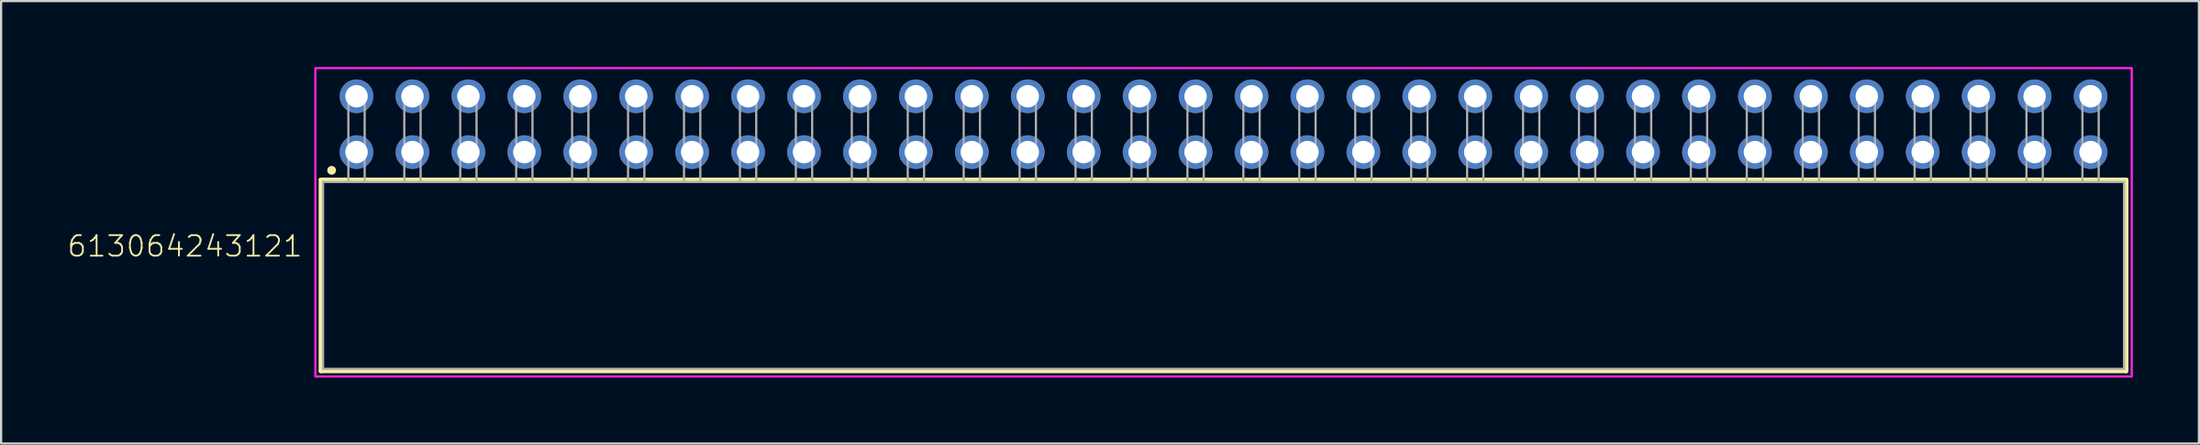
<source format=kicad_pcb>
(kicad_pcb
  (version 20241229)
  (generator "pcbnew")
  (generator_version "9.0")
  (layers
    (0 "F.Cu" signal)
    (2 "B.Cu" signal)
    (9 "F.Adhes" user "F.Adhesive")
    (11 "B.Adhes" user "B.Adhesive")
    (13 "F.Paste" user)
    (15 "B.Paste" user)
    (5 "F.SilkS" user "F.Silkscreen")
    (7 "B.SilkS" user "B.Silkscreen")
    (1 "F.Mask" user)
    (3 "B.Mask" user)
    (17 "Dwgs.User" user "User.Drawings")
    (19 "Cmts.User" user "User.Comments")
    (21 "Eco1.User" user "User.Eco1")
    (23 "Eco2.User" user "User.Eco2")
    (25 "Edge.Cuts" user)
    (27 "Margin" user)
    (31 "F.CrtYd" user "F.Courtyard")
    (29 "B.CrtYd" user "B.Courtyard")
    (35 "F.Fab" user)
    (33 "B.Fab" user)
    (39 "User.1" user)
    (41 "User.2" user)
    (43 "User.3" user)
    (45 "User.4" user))
  (footprint "613064243121"
    (layer "F.Cu")
    (at 52.509 9.48)
    (property "Reference" "613064243121" (at -41.77 -0.78 0) (unlocked yes) (layer "F.SilkS") (effects (font (size 0.935 0.935) (thickness 0.081)) (justify right bottom)))
    (fp_line (start -40.99 -4.35) (end 40.99 -4.35) (stroke (width 0.2) (type solid)) (layer "F.SilkS"))
    (fp_line (start -40.99 4.35) (end -40.99 -4.35) (stroke (width 0.2) (type solid)) (layer "F.SilkS"))
    (fp_line (start 40.99 -4.35) (end 40.99 4.35) (stroke (width 0.2) (type solid)) (layer "F.SilkS"))
    (fp_line (start 40.99 4.35) (end -40.99 4.35) (stroke (width 0.2) (type solid)) (layer "F.SilkS"))
    (fp_circle (center -40.5 -4.78) (end -40.4 -4.78) (stroke (width 0.2) (type solid)) (fill no) (layer "F.SilkS"))
    (fp_poly (pts (xy 41.24 4.6) (xy -41.24 4.6) (xy -41.24 -9.43) (xy 41.24 -9.43)) (stroke (width 0.1) (type default)) (fill no) (layer "F.CrtYd"))
    (fp_line (start -40.89 -4.25) (end -40.89 4.25) (stroke (width 0.1) (type solid)) (layer "F.Fab"))
    (fp_line (start -39.74 -8.35) (end -39 -8.35) (stroke (width 0.1) (type solid)) (layer "F.Fab"))
    (fp_line (start -39.74 -4.25) (end -40.89 -4.25) (stroke (width 0.1) (type solid)) (layer "F.Fab"))
    (fp_line (start -39.74 -4.25) (end -39.74 -8.35) (stroke (width 0.1) (type solid)) (layer "F.Fab"))
    (fp_line (start -39 -8.35) (end -39 -4.25) (stroke (width 0.1) (type solid)) (layer "F.Fab"))
    (fp_line (start -39 -4.25) (end -39.74 -4.25) (stroke (width 0.1) (type solid)) (layer "F.Fab"))
    (fp_line (start -37.2 -8.35) (end -36.46 -8.35) (stroke (width 0.1) (type solid)) (layer "F.Fab"))
    (fp_line (start -37.2 -4.25) (end -37.2 -8.35) (stroke (width 0.1) (type solid)) (layer "F.Fab"))
    (fp_line (start -36.46 -8.35) (end -36.46 -4.25) (stroke (width 0.1) (type solid)) (layer "F.Fab"))
    (fp_line (start -34.66 -8.35) (end -33.92 -8.35) (stroke (width 0.1) (type solid)) (layer "F.Fab"))
    (fp_line (start -34.66 -4.25) (end -34.66 -8.35) (stroke (width 0.1) (type solid)) (layer "F.Fab"))
    (fp_line (start -33.92 -8.35) (end -33.92 -4.25) (stroke (width 0.1) (type solid)) (layer "F.Fab"))
    (fp_line (start -32.12 -8.35) (end -31.38 -8.35) (stroke (width 0.1) (type solid)) (layer "F.Fab"))
    (fp_line (start -32.12 -4.25) (end -32.12 -8.35) (stroke (width 0.1) (type solid)) (layer "F.Fab"))
    (fp_line (start -31.38 -8.35) (end -31.38 -4.25) (stroke (width 0.1) (type solid)) (layer "F.Fab"))
    (fp_line (start -29.58 -8.35) (end -28.84 -8.35) (stroke (width 0.1) (type solid)) (layer "F.Fab"))
    (fp_line (start -29.58 -4.25) (end -29.58 -8.35) (stroke (width 0.1) (type solid)) (layer "F.Fab"))
    (fp_line (start -28.84 -8.35) (end -28.84 -4.25) (stroke (width 0.1) (type solid)) (layer "F.Fab"))
    (fp_line (start -27.04 -8.35) (end -26.3 -8.35) (stroke (width 0.1) (type solid)) (layer "F.Fab"))
    (fp_line (start -27.04 -4.25) (end -27.04 -8.35) (stroke (width 0.1) (type solid)) (layer "F.Fab"))
    (fp_line (start -26.3 -8.35) (end -26.3 -4.25) (stroke (width 0.1) (type solid)) (layer "F.Fab"))
    (fp_line (start -24.5 -8.35) (end -23.76 -8.35) (stroke (width 0.1) (type solid)) (layer "F.Fab"))
    (fp_line (start -24.5 -4.25) (end -24.5 -8.35) (stroke (width 0.1) (type solid)) (layer "F.Fab"))
    (fp_line (start -23.76 -8.35) (end -23.76 -4.25) (stroke (width 0.1) (type solid)) (layer "F.Fab"))
    (fp_line (start -21.96 -8.35) (end -21.22 -8.35) (stroke (width 0.1) (type solid)) (layer "F.Fab"))
    (fp_line (start -21.96 -4.25) (end -21.96 -8.35) (stroke (width 0.1) (type solid)) (layer "F.Fab"))
    (fp_line (start -21.22 -8.35) (end -21.22 -4.25) (stroke (width 0.1) (type solid)) (layer "F.Fab"))
    (fp_line (start -19.42 -8.35) (end -18.68 -8.35) (stroke (width 0.1) (type solid)) (layer "F.Fab"))
    (fp_line (start -19.42 -4.25) (end -19.42 -8.35) (stroke (width 0.1) (type solid)) (layer "F.Fab"))
    (fp_line (start -18.68 -8.35) (end -18.68 -4.25) (stroke (width 0.1) (type solid)) (layer "F.Fab"))
    (fp_line (start -16.88 -8.35) (end -16.14 -8.35) (stroke (width 0.1) (type solid)) (layer "F.Fab"))
    (fp_line (start -16.88 -4.25) (end -16.88 -8.35) (stroke (width 0.1) (type solid)) (layer "F.Fab"))
    (fp_line (start -16.14 -8.35) (end -16.14 -4.25) (stroke (width 0.1) (type solid)) (layer "F.Fab"))
    (fp_line (start -14.34 -8.35) (end -13.6 -8.35) (stroke (width 0.1) (type solid)) (layer "F.Fab"))
    (fp_line (start -14.34 -4.25) (end -14.34 -8.35) (stroke (width 0.1) (type solid)) (layer "F.Fab"))
    (fp_line (start -13.6 -8.35) (end -13.6 -4.25) (stroke (width 0.1) (type solid)) (layer "F.Fab"))
    (fp_line (start -11.8 -8.35) (end -11.06 -8.35) (stroke (width 0.1) (type solid)) (layer "F.Fab"))
    (fp_line (start -11.8 -4.25) (end -11.8 -8.35) (stroke (width 0.1) (type solid)) (layer "F.Fab"))
    (fp_line (start -11.06 -8.35) (end -11.06 -4.25) (stroke (width 0.1) (type solid)) (layer "F.Fab"))
    (fp_line (start -9.26 -8.35) (end -8.52 -8.35) (stroke (width 0.1) (type solid)) (layer "F.Fab"))
    (fp_line (start -9.26 -4.25) (end -9.26 -8.35) (stroke (width 0.1) (type solid)) (layer "F.Fab"))
    (fp_line (start -8.52 -8.35) (end -8.52 -4.25) (stroke (width 0.1) (type solid)) (layer "F.Fab"))
    (fp_line (start -6.72 -8.35) (end -5.98 -8.35) (stroke (width 0.1) (type solid)) (layer "F.Fab"))
    (fp_line (start -6.72 -4.25) (end -6.72 -8.35) (stroke (width 0.1) (type solid)) (layer "F.Fab"))
    (fp_line (start -5.98 -8.35) (end -5.98 -4.25) (stroke (width 0.1) (type solid)) (layer "F.Fab"))
    (fp_line (start -4.18 -8.35) (end -3.44 -8.35) (stroke (width 0.1) (type solid)) (layer "F.Fab"))
    (fp_line (start -4.18 -4.25) (end -4.18 -8.35) (stroke (width 0.1) (type solid)) (layer "F.Fab"))
    (fp_line (start -3.44 -8.35) (end -3.44 -4.25) (stroke (width 0.1) (type solid)) (layer "F.Fab"))
    (fp_line (start -1.64 -8.35) (end -0.9 -8.35) (stroke (width 0.1) (type solid)) (layer "F.Fab"))
    (fp_line (start -1.64 -4.25) (end -1.64 -8.35) (stroke (width 0.1) (type solid)) (layer "F.Fab"))
    (fp_line (start -0.9 -8.35) (end -0.9 -4.25) (stroke (width 0.1) (type solid)) (layer "F.Fab"))
    (fp_line (start 0.9 -8.35) (end 1.64 -8.35) (stroke (width 0.1) (type solid)) (layer "F.Fab"))
    (fp_line (start 0.9 -4.25) (end 0.9 -8.35) (stroke (width 0.1) (type solid)) (layer "F.Fab"))
    (fp_line (start 1.64 -8.35) (end 1.64 -4.25) (stroke (width 0.1) (type solid)) (layer "F.Fab"))
    (fp_line (start 3.44 -8.35) (end 4.18 -8.35) (stroke (width 0.1) (type solid)) (layer "F.Fab"))
    (fp_line (start 3.44 -4.25) (end 3.44 -8.35) (stroke (width 0.1) (type solid)) (layer "F.Fab"))
    (fp_line (start 4.18 -8.35) (end 4.18 -4.25) (stroke (width 0.1) (type solid)) (layer "F.Fab"))
    (fp_line (start 5.98 -8.35) (end 6.72 -8.35) (stroke (width 0.1) (type solid)) (layer "F.Fab"))
    (fp_line (start 5.98 -4.25) (end 5.98 -8.35) (stroke (width 0.1) (type solid)) (layer "F.Fab"))
    (fp_line (start 6.72 -8.35) (end 6.72 -4.25) (stroke (width 0.1) (type solid)) (layer "F.Fab"))
    (fp_line (start 8.52 -8.35) (end 9.26 -8.35) (stroke (width 0.1) (type solid)) (layer "F.Fab"))
    (fp_line (start 8.52 -4.25) (end 8.52 -8.35) (stroke (width 0.1) (type solid)) (layer "F.Fab"))
    (fp_line (start 9.26 -8.35) (end 9.26 -4.25) (stroke (width 0.1) (type solid)) (layer "F.Fab"))
    (fp_line (start 11.06 -8.35) (end 11.8 -8.35) (stroke (width 0.1) (type solid)) (layer "F.Fab"))
    (fp_line (start 11.06 -4.25) (end 11.06 -8.35) (stroke (width 0.1) (type solid)) (layer "F.Fab"))
    (fp_line (start 11.8 -8.35) (end 11.8 -4.25) (stroke (width 0.1) (type solid)) (layer "F.Fab"))
    (fp_line (start 13.6 -8.35) (end 14.34 -8.35) (stroke (width 0.1) (type solid)) (layer "F.Fab"))
    (fp_line (start 13.6 -4.25) (end 13.6 -8.35) (stroke (width 0.1) (type solid)) (layer "F.Fab"))
    (fp_line (start 14.34 -8.35) (end 14.34 -4.25) (stroke (width 0.1) (type solid)) (layer "F.Fab"))
    (fp_line (start 16.14 -8.35) (end 16.88 -8.35) (stroke (width 0.1) (type solid)) (layer "F.Fab"))
    (fp_line (start 16.14 -4.25) (end 16.14 -8.35) (stroke (width 0.1) (type solid)) (layer "F.Fab"))
    (fp_line (start 16.88 -8.35) (end 16.88 -4.25) (stroke (width 0.1) (type solid)) (layer "F.Fab"))
    (fp_line (start 18.68 -8.35) (end 19.42 -8.35) (stroke (width 0.1) (type solid)) (layer "F.Fab"))
    (fp_line (start 18.68 -4.25) (end 18.68 -8.35) (stroke (width 0.1) (type solid)) (layer "F.Fab"))
    (fp_line (start 19.42 -8.35) (end 19.42 -4.25) (stroke (width 0.1) (type solid)) (layer "F.Fab"))
    (fp_line (start 21.22 -8.35) (end 21.96 -8.35) (stroke (width 0.1) (type solid)) (layer "F.Fab"))
    (fp_line (start 21.22 -4.25) (end 21.22 -8.35) (stroke (width 0.1) (type solid)) (layer "F.Fab"))
    (fp_line (start 21.96 -8.35) (end 21.96 -4.25) (stroke (width 0.1) (type solid)) (layer "F.Fab"))
    (fp_line (start 23.76 -8.35) (end 24.5 -8.35) (stroke (width 0.1) (type solid)) (layer "F.Fab"))
    (fp_line (start 23.76 -4.25) (end 23.76 -8.35) (stroke (width 0.1) (type solid)) (layer "F.Fab"))
    (fp_line (start 24.5 -8.35) (end 24.5 -4.25) (stroke (width 0.1) (type solid)) (layer "F.Fab"))
    (fp_line (start 26.3 -8.35) (end 27.04 -8.35) (stroke (width 0.1) (type solid)) (layer "F.Fab"))
    (fp_line (start 26.3 -4.25) (end 26.3 -8.35) (stroke (width 0.1) (type solid)) (layer "F.Fab"))
    (fp_line (start 27.04 -8.35) (end 27.04 -4.25) (stroke (width 0.1) (type solid)) (layer "F.Fab"))
    (fp_line (start 28.84 -8.35) (end 29.58 -8.35) (stroke (width 0.1) (type solid)) (layer "F.Fab"))
    (fp_line (start 28.84 -4.25) (end 28.84 -8.35) (stroke (width 0.1) (type solid)) (layer "F.Fab"))
    (fp_line (start 29.58 -8.35) (end 29.58 -4.25) (stroke (width 0.1) (type solid)) (layer "F.Fab"))
    (fp_line (start 31.38 -8.35) (end 32.12 -8.35) (stroke (width 0.1) (type solid)) (layer "F.Fab"))
    (fp_line (start 31.38 -4.25) (end 31.38 -8.35) (stroke (width 0.1) (type solid)) (layer "F.Fab"))
    (fp_line (start 32.12 -8.35) (end 32.12 -4.25) (stroke (width 0.1) (type solid)) (layer "F.Fab"))
    (fp_line (start 33.92 -8.35) (end 34.66 -8.35) (stroke (width 0.1) (type solid)) (layer "F.Fab"))
    (fp_line (start 33.92 -4.25) (end 33.92 -8.35) (stroke (width 0.1) (type solid)) (layer "F.Fab"))
    (fp_line (start 34.66 -8.35) (end 34.66 -4.25) (stroke (width 0.1) (type solid)) (layer "F.Fab"))
    (fp_line (start 36.46 -8.35) (end 37.2 -8.35) (stroke (width 0.1) (type solid)) (layer "F.Fab"))
    (fp_line (start 36.46 -4.25) (end 36.46 -8.35) (stroke (width 0.1) (type solid)) (layer "F.Fab"))
    (fp_line (start 37.2 -8.35) (end 37.2 -4.25) (stroke (width 0.1) (type solid)) (layer "F.Fab"))
    (fp_line (start 39 -8.35) (end 39.74 -8.35) (stroke (width 0.1) (type solid)) (layer "F.Fab"))
    (fp_line (start 39 -4.25) (end 39 -8.35) (stroke (width 0.1) (type solid)) (layer "F.Fab"))
    (fp_line (start 39.74 -8.35) (end 39.74 -4.25) (stroke (width 0.1) (type solid)) (layer "F.Fab"))
    (fp_line (start 40.89 -4.25) (end -39 -4.25) (stroke (width 0.1) (type solid)) (layer "F.Fab"))
    (fp_line (start 40.89 4.25) (end -40.89 4.25) (stroke (width 0.1) (type solid)) (layer "F.Fab"))
    (fp_line (start 40.89 4.25) (end 40.89 -4.25) (stroke (width 0.1) (type solid)) (layer "F.Fab"))
    (pad "1" thru_hole circle (at -39.37 -5.61 180) (size 1.53 1.53) (drill 1.02) (layers "*.Cu" "*.Mask"))
    (pad "2" thru_hole circle (at -39.37 -8.15 180) (size 1.53 1.53) (drill 1.02) (layers "*.Cu" "*.Mask"))
    (pad "3" thru_hole circle (at -36.83 -5.61 180) (size 1.53 1.53) (drill 1.02) (layers "*.Cu" "*.Mask"))
    (pad "4" thru_hole circle (at -36.83 -8.15 180) (size 1.53 1.53) (drill 1.02) (layers "*.Cu" "*.Mask"))
    (pad "5" thru_hole circle (at -34.29 -5.61 180) (size 1.53 1.53) (drill 1.02) (layers "*.Cu" "*.Mask"))
    (pad "6" thru_hole circle (at -34.29 -8.15 180) (size 1.53 1.53) (drill 1.02) (layers "*.Cu" "*.Mask"))
    (pad "7" thru_hole circle (at -31.75 -5.61 180) (size 1.53 1.53) (drill 1.02) (layers "*.Cu" "*.Mask"))
    (pad "8" thru_hole circle (at -31.75 -8.15 180) (size 1.53 1.53) (drill 1.02) (layers "*.Cu" "*.Mask"))
    (pad "9" thru_hole circle (at -29.21 -5.61 180) (size 1.53 1.53) (drill 1.02) (layers "*.Cu" "*.Mask"))
    (pad "10" thru_hole circle (at -29.21 -8.15 180) (size 1.53 1.53) (drill 1.02) (layers "*.Cu" "*.Mask"))
    (pad "11" thru_hole circle (at -26.67 -5.61 180) (size 1.53 1.53) (drill 1.02) (layers "*.Cu" "*.Mask"))
    (pad "12" thru_hole circle (at -26.67 -8.15 180) (size 1.53 1.53) (drill 1.02) (layers "*.Cu" "*.Mask"))
    (pad "13" thru_hole circle (at -24.13 -5.61 180) (size 1.53 1.53) (drill 1.02) (layers "*.Cu" "*.Mask"))
    (pad "14" thru_hole circle (at -24.13 -8.15 180) (size 1.53 1.53) (drill 1.02) (layers "*.Cu" "*.Mask"))
    (pad "15" thru_hole circle (at -21.59 -5.61 180) (size 1.53 1.53) (drill 1.02) (layers "*.Cu" "*.Mask"))
    (pad "16" thru_hole circle (at -21.59 -8.15 180) (size 1.53 1.53) (drill 1.02) (layers "*.Cu" "*.Mask"))
    (pad "17" thru_hole circle (at -19.05 -5.61 180) (size 1.53 1.53) (drill 1.02) (layers "*.Cu" "*.Mask"))
    (pad "18" thru_hole circle (at -19.05 -8.15 180) (size 1.53 1.53) (drill 1.02) (layers "*.Cu" "*.Mask"))
    (pad "19" thru_hole circle (at -16.51 -5.61 180) (size 1.53 1.53) (drill 1.02) (layers "*.Cu" "*.Mask"))
    (pad "20" thru_hole circle (at -16.51 -8.15 180) (size 1.53 1.53) (drill 1.02) (layers "*.Cu" "*.Mask"))
    (pad "21" thru_hole circle (at -13.97 -5.61 180) (size 1.53 1.53) (drill 1.02) (layers "*.Cu" "*.Mask"))
    (pad "22" thru_hole circle (at -13.97 -8.15 180) (size 1.53 1.53) (drill 1.02) (layers "*.Cu" "*.Mask"))
    (pad "23" thru_hole circle (at -11.43 -5.61 180) (size 1.53 1.53) (drill 1.02) (layers "*.Cu" "*.Mask"))
    (pad "24" thru_hole circle (at -11.43 -8.15 180) (size 1.53 1.53) (drill 1.02) (layers "*.Cu" "*.Mask"))
    (pad "25" thru_hole circle (at -8.89 -5.61 180) (size 1.53 1.53) (drill 1.02) (layers "*.Cu" "*.Mask"))
    (pad "26" thru_hole circle (at -8.89 -8.15 180) (size 1.53 1.53) (drill 1.02) (layers "*.Cu" "*.Mask"))
    (pad "27" thru_hole circle (at -6.35 -5.61 180) (size 1.53 1.53) (drill 1.02) (layers "*.Cu" "*.Mask"))
    (pad "28" thru_hole circle (at -6.35 -8.15 180) (size 1.53 1.53) (drill 1.02) (layers "*.Cu" "*.Mask"))
    (pad "29" thru_hole circle (at -3.81 -5.61 180) (size 1.53 1.53) (drill 1.02) (layers "*.Cu" "*.Mask"))
    (pad "30" thru_hole circle (at -3.81 -8.15 180) (size 1.53 1.53) (drill 1.02) (layers "*.Cu" "*.Mask"))
    (pad "31" thru_hole circle (at -1.27 -5.61 180) (size 1.53 1.53) (drill 1.02) (layers "*.Cu" "*.Mask"))
    (pad "32" thru_hole circle (at -1.27 -8.15 180) (size 1.53 1.53) (drill 1.02) (layers "*.Cu" "*.Mask"))
    (pad "33" thru_hole circle (at 1.27 -5.61 180) (size 1.53 1.53) (drill 1.02) (layers "*.Cu" "*.Mask"))
    (pad "34" thru_hole circle (at 1.27 -8.15 180) (size 1.53 1.53) (drill 1.02) (layers "*.Cu" "*.Mask"))
    (pad "35" thru_hole circle (at 3.81 -5.61 180) (size 1.53 1.53) (drill 1.02) (layers "*.Cu" "*.Mask"))
    (pad "36" thru_hole circle (at 3.81 -8.15 180) (size 1.53 1.53) (drill 1.02) (layers "*.Cu" "*.Mask"))
    (pad "37" thru_hole circle (at 6.35 -5.61 180) (size 1.53 1.53) (drill 1.02) (layers "*.Cu" "*.Mask"))
    (pad "38" thru_hole circle (at 6.35 -8.15 180) (size 1.53 1.53) (drill 1.02) (layers "*.Cu" "*.Mask"))
    (pad "39" thru_hole circle (at 8.89 -5.61 180) (size 1.53 1.53) (drill 1.02) (layers "*.Cu" "*.Mask"))
    (pad "40" thru_hole circle (at 8.89 -8.15 180) (size 1.53 1.53) (drill 1.02) (layers "*.Cu" "*.Mask"))
    (pad "41" thru_hole circle (at 11.43 -5.61 180) (size 1.53 1.53) (drill 1.02) (layers "*.Cu" "*.Mask"))
    (pad "42" thru_hole circle (at 11.43 -8.15 180) (size 1.53 1.53) (drill 1.02) (layers "*.Cu" "*.Mask"))
    (pad "43" thru_hole circle (at 13.97 -5.61 180) (size 1.53 1.53) (drill 1.02) (layers "*.Cu" "*.Mask"))
    (pad "44" thru_hole circle (at 13.97 -8.15 180) (size 1.53 1.53) (drill 1.02) (layers "*.Cu" "*.Mask"))
    (pad "45" thru_hole circle (at 16.51 -5.61 180) (size 1.53 1.53) (drill 1.02) (layers "*.Cu" "*.Mask"))
    (pad "46" thru_hole circle (at 16.51 -8.15 180) (size 1.53 1.53) (drill 1.02) (layers "*.Cu" "*.Mask"))
    (pad "47" thru_hole circle (at 19.05 -5.61 180) (size 1.53 1.53) (drill 1.02) (layers "*.Cu" "*.Mask"))
    (pad "48" thru_hole circle (at 19.05 -8.15 180) (size 1.53 1.53) (drill 1.02) (layers "*.Cu" "*.Mask"))
    (pad "49" thru_hole circle (at 21.59 -5.61 180) (size 1.53 1.53) (drill 1.02) (layers "*.Cu" "*.Mask"))
    (pad "50" thru_hole circle (at 21.59 -8.15 180) (size 1.53 1.53) (drill 1.02) (layers "*.Cu" "*.Mask"))
    (pad "51" thru_hole circle (at 24.13 -5.61 180) (size 1.53 1.53) (drill 1.02) (layers "*.Cu" "*.Mask"))
    (pad "52" thru_hole circle (at 24.13 -8.15 180) (size 1.53 1.53) (drill 1.02) (layers "*.Cu" "*.Mask"))
    (pad "53" thru_hole circle (at 26.67 -5.61 180) (size 1.53 1.53) (drill 1.02) (layers "*.Cu" "*.Mask"))
    (pad "54" thru_hole circle (at 26.67 -8.15 180) (size 1.53 1.53) (drill 1.02) (layers "*.Cu" "*.Mask"))
    (pad "55" thru_hole circle (at 29.21 -5.61 180) (size 1.53 1.53) (drill 1.02) (layers "*.Cu" "*.Mask"))
    (pad "56" thru_hole circle (at 29.21 -8.15 180) (size 1.53 1.53) (drill 1.02) (layers "*.Cu" "*.Mask"))
    (pad "57" thru_hole circle (at 31.75 -5.61 180) (size 1.53 1.53) (drill 1.02) (layers "*.Cu" "*.Mask"))
    (pad "58" thru_hole circle (at 31.75 -8.15 180) (size 1.53 1.53) (drill 1.02) (layers "*.Cu" "*.Mask"))
    (pad "59" thru_hole circle (at 34.29 -5.61 180) (size 1.53 1.53) (drill 1.02) (layers "*.Cu" "*.Mask"))
    (pad "60" thru_hole circle (at 34.29 -8.15 180) (size 1.53 1.53) (drill 1.02) (layers "*.Cu" "*.Mask"))
    (pad "61" thru_hole circle (at 36.83 -5.61 180) (size 1.53 1.53) (drill 1.02) (layers "*.Cu" "*.Mask"))
    (pad "62" thru_hole circle (at 36.83 -8.15 180) (size 1.53 1.53) (drill 1.02) (layers "*.Cu" "*.Mask"))
    (pad "63" thru_hole circle (at 39.37 -5.61 180) (size 1.53 1.53) (drill 1.02) (layers "*.Cu" "*.Mask"))
    (pad "64" thru_hole circle (at 39.37 -8.15 180) (size 1.53 1.53) (drill 1.02) (layers "*.Cu" "*.Mask")))
  (gr_rect
    (start -3 -3)
    (end 96.799 17.13)
    (stroke (width 0.1) (type default))
    (fill no)
    (layer "Edge.Cuts")))
</source>
